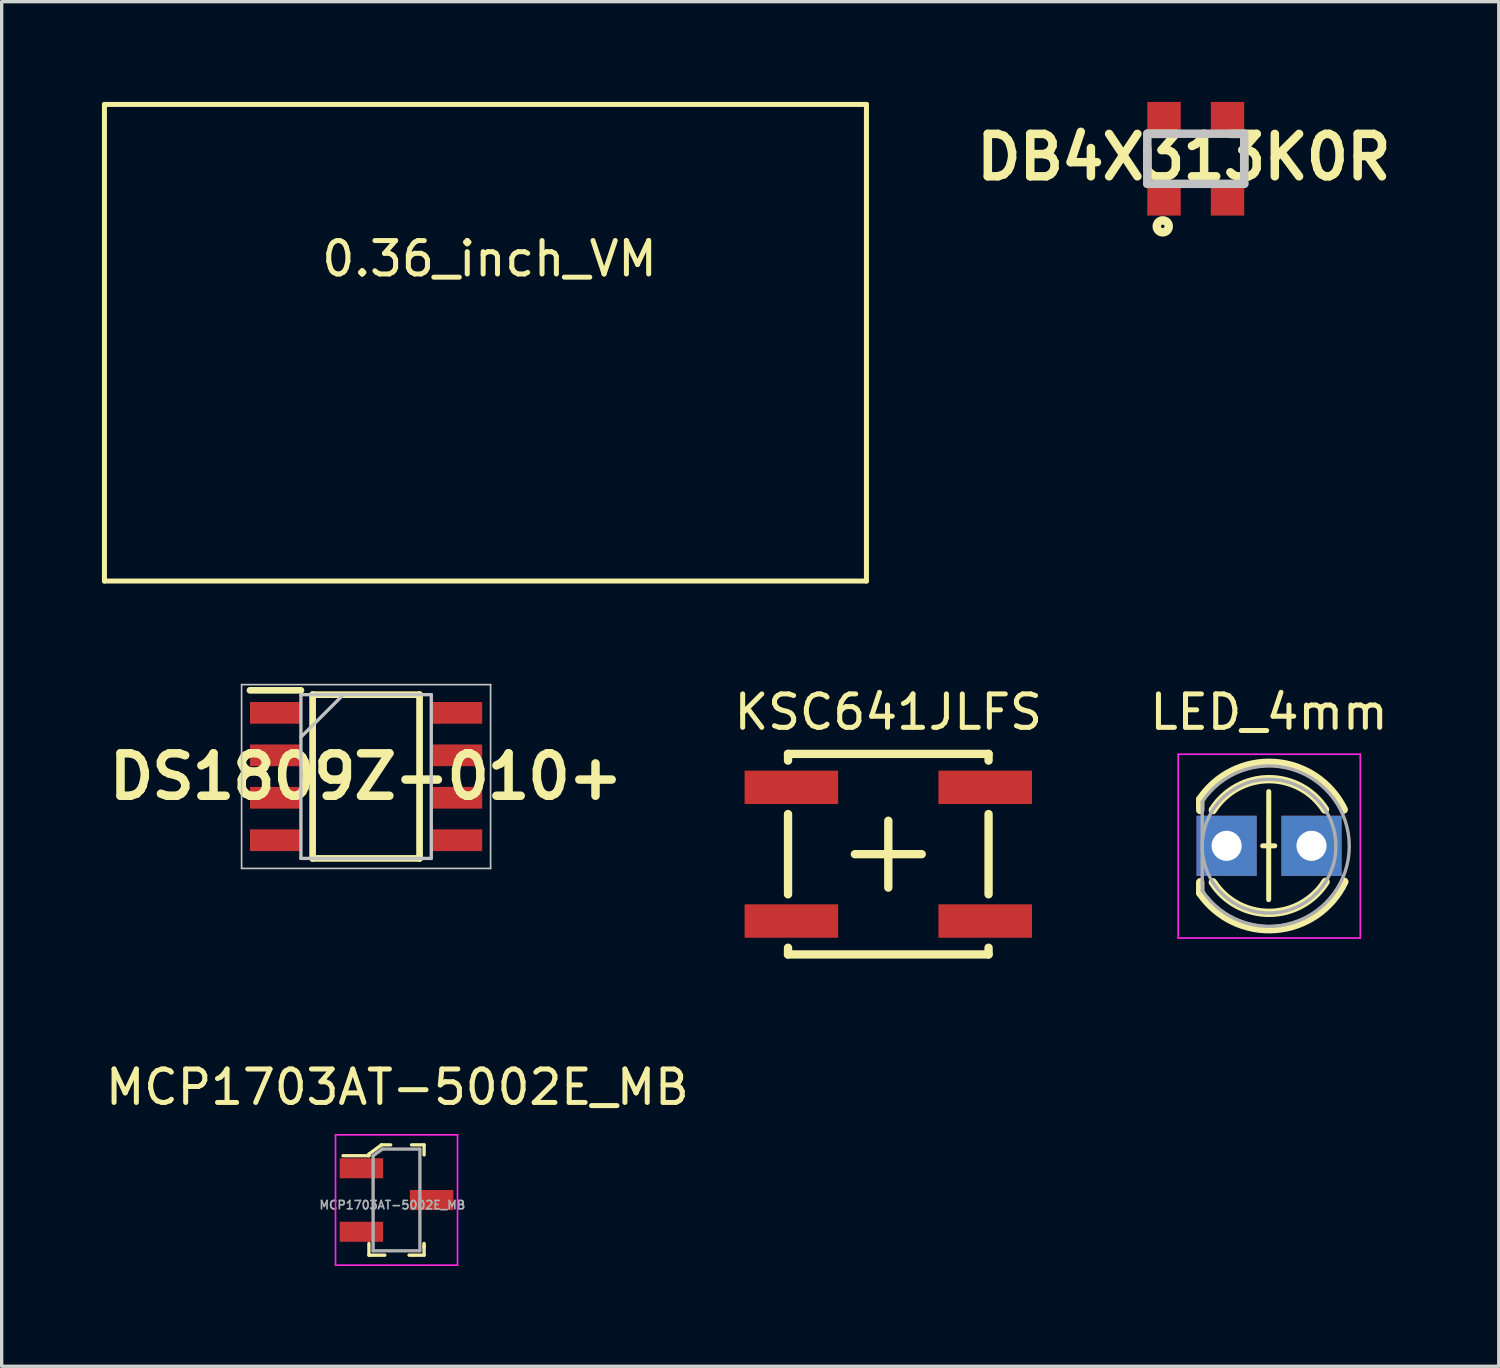
<source format=kicad_pcb>
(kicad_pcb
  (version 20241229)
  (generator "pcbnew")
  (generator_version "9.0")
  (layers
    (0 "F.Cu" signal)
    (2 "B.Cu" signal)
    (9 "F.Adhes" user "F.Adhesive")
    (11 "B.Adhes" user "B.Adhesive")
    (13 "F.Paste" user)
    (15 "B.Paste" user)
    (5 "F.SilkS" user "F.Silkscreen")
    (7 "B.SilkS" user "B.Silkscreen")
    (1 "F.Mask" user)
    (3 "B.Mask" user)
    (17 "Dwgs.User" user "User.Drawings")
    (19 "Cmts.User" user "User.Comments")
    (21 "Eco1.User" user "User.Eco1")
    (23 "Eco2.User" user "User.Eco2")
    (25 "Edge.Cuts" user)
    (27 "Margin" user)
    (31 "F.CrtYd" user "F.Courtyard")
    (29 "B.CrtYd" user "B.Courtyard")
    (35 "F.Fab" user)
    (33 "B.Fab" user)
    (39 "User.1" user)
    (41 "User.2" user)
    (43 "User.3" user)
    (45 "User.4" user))
  (footprint "DS1809Z-010+"
    (layer "F.Cu")
    (at 7.904 20.185)
    (property "Reference" "DS1809Z-010+" (at 0 0 0) (layer "F.SilkS") (effects (font (size 1.27 1.27) (thickness 0.254))))
    (attr smd)
    (fp_line (start -3.475 -2.58) (end -1.95 -2.58) (stroke (width 0.2) (type solid)) (layer "F.SilkS"))
    (fp_line (start -1.6 -2.45) (end 1.6 -2.45) (stroke (width 0.2) (type solid)) (layer "F.SilkS"))
    (fp_line (start -1.6 2.45) (end -1.6 -2.45) (stroke (width 0.2) (type solid)) (layer "F.SilkS"))
    (fp_line (start 1.6 -2.45) (end 1.6 2.45) (stroke (width 0.2) (type solid)) (layer "F.SilkS"))
    (fp_line (start 1.6 2.45) (end -1.6 2.45) (stroke (width 0.2) (type solid)) (layer "F.SilkS"))
    (fp_line (start -3.725 -2.75) (end 3.725 -2.75) (stroke (width 0.05) (type solid)) (layer "Dwgs.User"))
    (fp_line (start -3.725 2.75) (end -3.725 -2.75) (stroke (width 0.05) (type solid)) (layer "Dwgs.User"))
    (fp_line (start -1.95 -2.45) (end 1.95 -2.45) (stroke (width 0.1) (type solid)) (layer "Dwgs.User"))
    (fp_line (start -1.95 -1.18) (end -0.68 -2.45) (stroke (width 0.1) (type solid)) (layer "Dwgs.User"))
    (fp_line (start -1.95 2.45) (end -1.95 -2.45) (stroke (width 0.1) (type solid)) (layer "Dwgs.User"))
    (fp_line (start 1.95 -2.45) (end 1.95 2.45) (stroke (width 0.1) (type solid)) (layer "Dwgs.User"))
    (fp_line (start 1.95 2.45) (end -1.95 2.45) (stroke (width 0.1) (type solid)) (layer "Dwgs.User"))
    (fp_line (start 3.725 -2.75) (end 3.725 2.75) (stroke (width 0.05) (type solid)) (layer "Dwgs.User"))
    (fp_line (start 3.725 2.75) (end -3.725 2.75) (stroke (width 0.05) (type solid)) (layer "Dwgs.User"))
    (pad "1" smd rect (at -2.712 -1.905 90) (size 0.65 1.525) (layers "F.Cu" "F.Mask" "F.Paste"))
    (pad "2" smd rect (at -2.712 -0.635 90) (size 0.65 1.525) (layers "F.Cu" "F.Mask" "F.Paste"))
    (pad "3" smd rect (at -2.712 0.635 90) (size 0.65 1.525) (layers "F.Cu" "F.Mask" "F.Paste"))
    (pad "4" smd rect (at -2.712 1.905 90) (size 0.65 1.525) (layers "F.Cu" "F.Mask" "F.Paste"))
    (pad "5" smd rect (at 2.712 1.905 90) (size 0.65 1.525) (layers "F.Cu" "F.Mask" "F.Paste"))
    (pad "6" smd rect (at 2.712 0.635 90) (size 0.65 1.525) (layers "F.Cu" "F.Mask" "F.Paste"))
    (pad "7" smd rect (at 2.712 -0.635 90) (size 0.65 1.525) (layers "F.Cu" "F.Mask" "F.Paste"))
    (pad "8" smd rect (at 2.712 -1.905 90) (size 0.65 1.525) (layers "F.Cu" "F.Mask" "F.Paste")))
  (footprint "0.36_inch_VM"
    (layer "F.Cu")
    (at 11.597 7.383)
    (property "Reference" "0.36_inch_VM" (at 0 -2.69 0) (layer "F.SilkS") (effects (font (size 1 1) (thickness 0.15))))
    (attr through_hole)
    (fp_line (start -11.522 -7.308) (end -11.522 6.952) (stroke (width 0.15) (type solid)) (layer "F.SilkS"))
    (fp_line (start -11.522 6.952) (end 11.278 6.952) (stroke (width 0.15) (type solid)) (layer "F.SilkS"))
    (fp_line (start 11.278 -7.308) (end -11.522 -7.308) (stroke (width 0.15) (type solid)) (layer "F.SilkS"))
    (fp_line (start 11.278 6.952) (end 11.278 -7.308) (stroke (width 0.15) (type solid)) (layer "F.SilkS")))
  (footprint "MCP1703AT-5002E_MB"
    (layer "F.Cu")
    (at 8.814 32.856)
    (property "Reference" "MCP1703AT-5002E_MB" (at 0.025 -3.375 0) (layer "F.SilkS") (effects (font (size 1 1) (thickness 0.15))))
    (attr through_hole)
    (fp_line (start -0.825 -1.375) (end -0.825 -1.325) (stroke (width 0.1) (type solid)) (layer "F.SilkS"))
    (fp_line (start -0.825 -1.325) (end -1.6 -1.325) (stroke (width 0.1) (type solid)) (layer "F.SilkS"))
    (fp_line (start -0.825 1.65) (end -0.825 1.3) (stroke (width 0.1) (type solid)) (layer "F.SilkS"))
    (fp_line (start -0.45 -1.65) (end -0.825 -1.375) (stroke (width 0.1) (type solid)) (layer "F.SilkS"))
    (fp_line (start -0.35 1.65) (end -0.825 1.65) (stroke (width 0.1) (type solid)) (layer "F.SilkS"))
    (fp_line (start -0.175 -1.65) (end -0.45 -1.65) (stroke (width 0.1) (type solid)) (layer "F.SilkS"))
    (fp_line (start 0.45 -1.65) (end 0.825 -1.65) (stroke (width 0.1) (type solid)) (layer "F.SilkS"))
    (fp_line (start 0.825 -1.65) (end 0.825 -1.35) (stroke (width 0.1) (type solid)) (layer "F.SilkS"))
    (fp_line (start 0.825 1.35) (end 0.825 1.65) (stroke (width 0.1) (type solid)) (layer "F.SilkS"))
    (fp_line (start 0.825 1.425) (end 0.825 1.3) (stroke (width 0.1) (type solid)) (layer "F.SilkS"))
    (fp_line (start 0.825 1.65) (end 0.375 1.65) (stroke (width 0.1) (type solid)) (layer "F.SilkS"))
    (fp_line (start -1.825 -1.95) (end -1.825 1.95) (stroke (width 0.05) (type solid)) (layer "F.CrtYd"))
    (fp_line (start -1.825 -1.95) (end 1.825 -1.95) (stroke (width 0.05) (type solid)) (layer "F.CrtYd"))
    (fp_line (start 1.825 -1.95) (end 1.825 1.95) (stroke (width 0.05) (type solid)) (layer "F.CrtYd"))
    (fp_line (start 1.825 1.95) (end -1.825 1.95) (stroke (width 0.05) (type solid)) (layer "F.CrtYd"))
    (fp_line (start -0.7 -1.325) (end -0.7 1.525) (stroke (width 0.1) (type solid)) (layer "F.Fab"))
    (fp_line (start -0.7 1.52) (end 0.7 1.52) (stroke (width 0.1) (type solid)) (layer "F.Fab"))
    (fp_line (start -0.425 -1.525) (end -0.7 -1.325) (stroke (width 0.1) (type solid)) (layer "F.Fab"))
    (fp_line (start -0.425 -1.525) (end 0.7 -1.525) (stroke (width 0.1) (type solid)) (layer "F.Fab"))
    (fp_line (start 0.7 1.52) (end 0.7 -1.52) (stroke (width 0.1) (type solid)) (layer "F.Fab"))
    (fp_text user "${REFERENCE}" (at -0.125 0.15 0) (layer "F.Fab") (effects (font (size 0.25 0.25) (thickness 0.05))))
    (pad "1" smd rect (at -1.05 -0.95) (size 1.3 0.6) (layers "F.Cu" "F.Mask" "F.Paste"))
    (pad "2" smd rect (at -1.05 0.95) (size 1.3 0.6) (layers "F.Cu" "F.Mask" "F.Paste"))
    (pad "3" smd rect (at 1.05 0) (size 1.3 0.6) (layers "F.Cu" "F.Mask" "F.Paste")))
  (footprint "KSC641JLFS"
    (layer "F.Cu")
    (at 23.529 22.508)
    (property "Reference" "KSC641JLFS" (at 0 -4.25 0) (layer "F.SilkS") (effects (font (size 1 1) (thickness 0.15))))
    (attr smd)
    (fp_line (start -3 -3) (end -3 -2.8) (stroke (width 0.25) (type solid)) (layer "F.SilkS"))
    (fp_line (start -3 -3) (end 3 -3) (stroke (width 0.25) (type solid)) (layer "F.SilkS"))
    (fp_line (start -3 -1.2) (end -3 1.2) (stroke (width 0.25) (type solid)) (layer "F.SilkS"))
    (fp_line (start -3 3) (end -3 2.8) (stroke (width 0.25) (type solid)) (layer "F.SilkS"))
    (fp_line (start -3 3) (end 3 3) (stroke (width 0.25) (type solid)) (layer "F.SilkS"))
    (fp_line (start -1 0) (end 1 0) (stroke (width 0.25) (type solid)) (layer "F.SilkS"))
    (fp_line (start 0 -1) (end 0 1) (stroke (width 0.25) (type solid)) (layer "F.SilkS"))
    (fp_line (start 3 -3) (end 3 -2.8) (stroke (width 0.25) (type solid)) (layer "F.SilkS"))
    (fp_line (start 3 -1.2) (end 3 1.2) (stroke (width 0.25) (type solid)) (layer "F.SilkS"))
    (fp_line (start 3 3) (end 3 2.8) (stroke (width 0.25) (type solid)) (layer "F.SilkS"))
    (pad "1" smd rect (at -2.9 -2) (size 2.8 1) (layers "F.Cu" "F.Mask" "F.Paste"))
    (pad "2" smd rect (at 2.9 -2) (size 2.8 1) (layers "F.Cu" "F.Mask" "F.Paste"))
    (pad "3" smd rect (at -2.9 2) (size 2.8 1) (layers "F.Cu" "F.Mask" "F.Paste"))
    (pad "4" smd rect (at 2.9 2) (size 2.8 1) (layers "F.Cu" "F.Mask" "F.Paste")))
  (footprint "LED_4mm"
    (layer "F.Cu")
    (at 34.912 22.258)
    (property "Reference" "LED_4mm" (at 0.01 -4 0) (layer "F.SilkS") (effects (font (size 1 1) (thickness 0.15))))
    (attr through_hole)
    (fp_line (start -2.05 -1.389) (end -2.05 -1.07) (stroke (width 0.25) (type solid)) (layer "F.SilkS"))
    (fp_line (start -2.05 1.09) (end -2.05 1.409) (stroke (width 0.25) (type solid)) (layer "F.SilkS"))
    (fp_line (start -0.181 0) (end 0.181 0) (stroke (width 0.15) (type solid)) (layer "F.SilkS"))
    (fp_line (start 0.001 -1.622) (end -0.001 1.609) (stroke (width 0.15) (type solid)) (layer "F.SilkS"))
    (fp_arc (start -2.05 -1.388749) (mid 0.184855 -2.478235) (end 2.24459 -1.085739) (stroke (width 0.25) (type solid)) (layer "F.SilkS"))
    (fp_arc (start -1.67333 -1.07) (mid 0.001014 -1.994597) (end 1.683621 -1.085124) (stroke (width 0.25) (type solid)) (layer "F.SilkS"))
    (fp_arc (start 1.701805 1.076798) (mid 0.017844 2.005402) (end -1.67333 1.09) (stroke (width 0.25) (type solid)) (layer "F.SilkS"))
    (fp_arc (start 2.261893 1.075709) (mid 0.202184 2.48822) (end -2.05 1.408749) (stroke (width 0.25) (type solid)) (layer "F.SilkS"))
    (fp_line (start -2.71 -2.74) (end -2.71 2.76) (stroke (width 0.05) (type solid)) (layer "F.CrtYd"))
    (fp_line (start -2.71 2.76) (end 2.74 2.76) (stroke (width 0.05) (type solid)) (layer "F.CrtYd"))
    (fp_line (start 2.74 -2.74) (end -2.71 -2.74) (stroke (width 0.05) (type solid)) (layer "F.CrtYd"))
    (fp_line (start 2.74 2.76) (end 2.74 -2.74) (stroke (width 0.05) (type solid)) (layer "F.CrtYd"))
    (fp_line (start -1.99 -1.317) (end -1.99 1.337) (stroke (width 0.1) (type solid)) (layer "F.Fab"))
    (fp_arc (start -1.99 -1.31665) (mid 2.41 0.010306) (end -1.990339 1.33614) (stroke (width 0.1) (type solid)) (layer "F.Fab"))
    (fp_circle (center 0.01 0.01) (end 2.01 0.01) (stroke (width 0.1) (type solid)) (fill no) (layer "F.Fab"))
    (pad "1" thru_hole rect (at -1.26 0) (size 1.8 1.8) (drill 0.9) (layers "*.Cu" "*.Mask"))
    (pad "2" thru_hole rect (at 1.28 0) (size 1.8 1.8) (drill 0.9) (layers "*.Cu" "*.Mask")))
  (footprint "DB4X313K0R"
    (layer "F.Cu")
    (at 32.729 1.7)
    (property "Reference" "DB4X313K0R" (at -0.356 -0.049 0) (layer "F.SilkS") (effects (font (size 1.27 1.27) (thickness 0.254))))
    (attr smd)
    (fp_line (start -1.45 -0.3) (end -1.45 0.3) (stroke (width 0.254) (type solid)) (layer "F.SilkS"))
    (fp_line (start 1.45 -0.3) (end 1.45 0.3) (stroke (width 0.254) (type solid)) (layer "F.SilkS"))
    (fp_circle (center -0.988 2.023) (end -1.04 2.023) (stroke (width 0.254) (type solid)) (fill no) (layer "F.SilkS"))
    (fp_line (start -1.45 -0.75) (end 1.45 -0.75) (stroke (width 0.254) (type solid)) (layer "Dwgs.User"))
    (fp_line (start -1.45 0.75) (end -1.45 -0.75) (stroke (width 0.254) (type solid)) (layer "Dwgs.User"))
    (fp_line (start 1.45 -0.75) (end 1.45 0.75) (stroke (width 0.254) (type solid)) (layer "Dwgs.User"))
    (fp_line (start 1.45 0.75) (end -1.45 0.75) (stroke (width 0.254) (type solid)) (layer "Dwgs.User"))
    (pad "1" smd rect (at -0.95 1.2 90) (size 1 1) (layers "F.Cu" "F.Mask" "F.Paste"))
    (pad "2" smd rect (at 0.95 1.2 90) (size 1 1) (layers "F.Cu" "F.Mask" "F.Paste"))
    (pad "3" smd rect (at 0.95 -1.2 90) (size 1 1) (layers "F.Cu" "F.Mask" "F.Paste"))
    (pad "4" smd rect (at -0.95 -1.2 90) (size 1 1) (layers "F.Cu" "F.Mask" "F.Paste")))
  (gr_rect
    (start -3 -3)
    (end 41.795 37.831)
    (stroke (width 0.1) (type default))
    (fill no)
    (layer "Edge.Cuts")))
</source>
